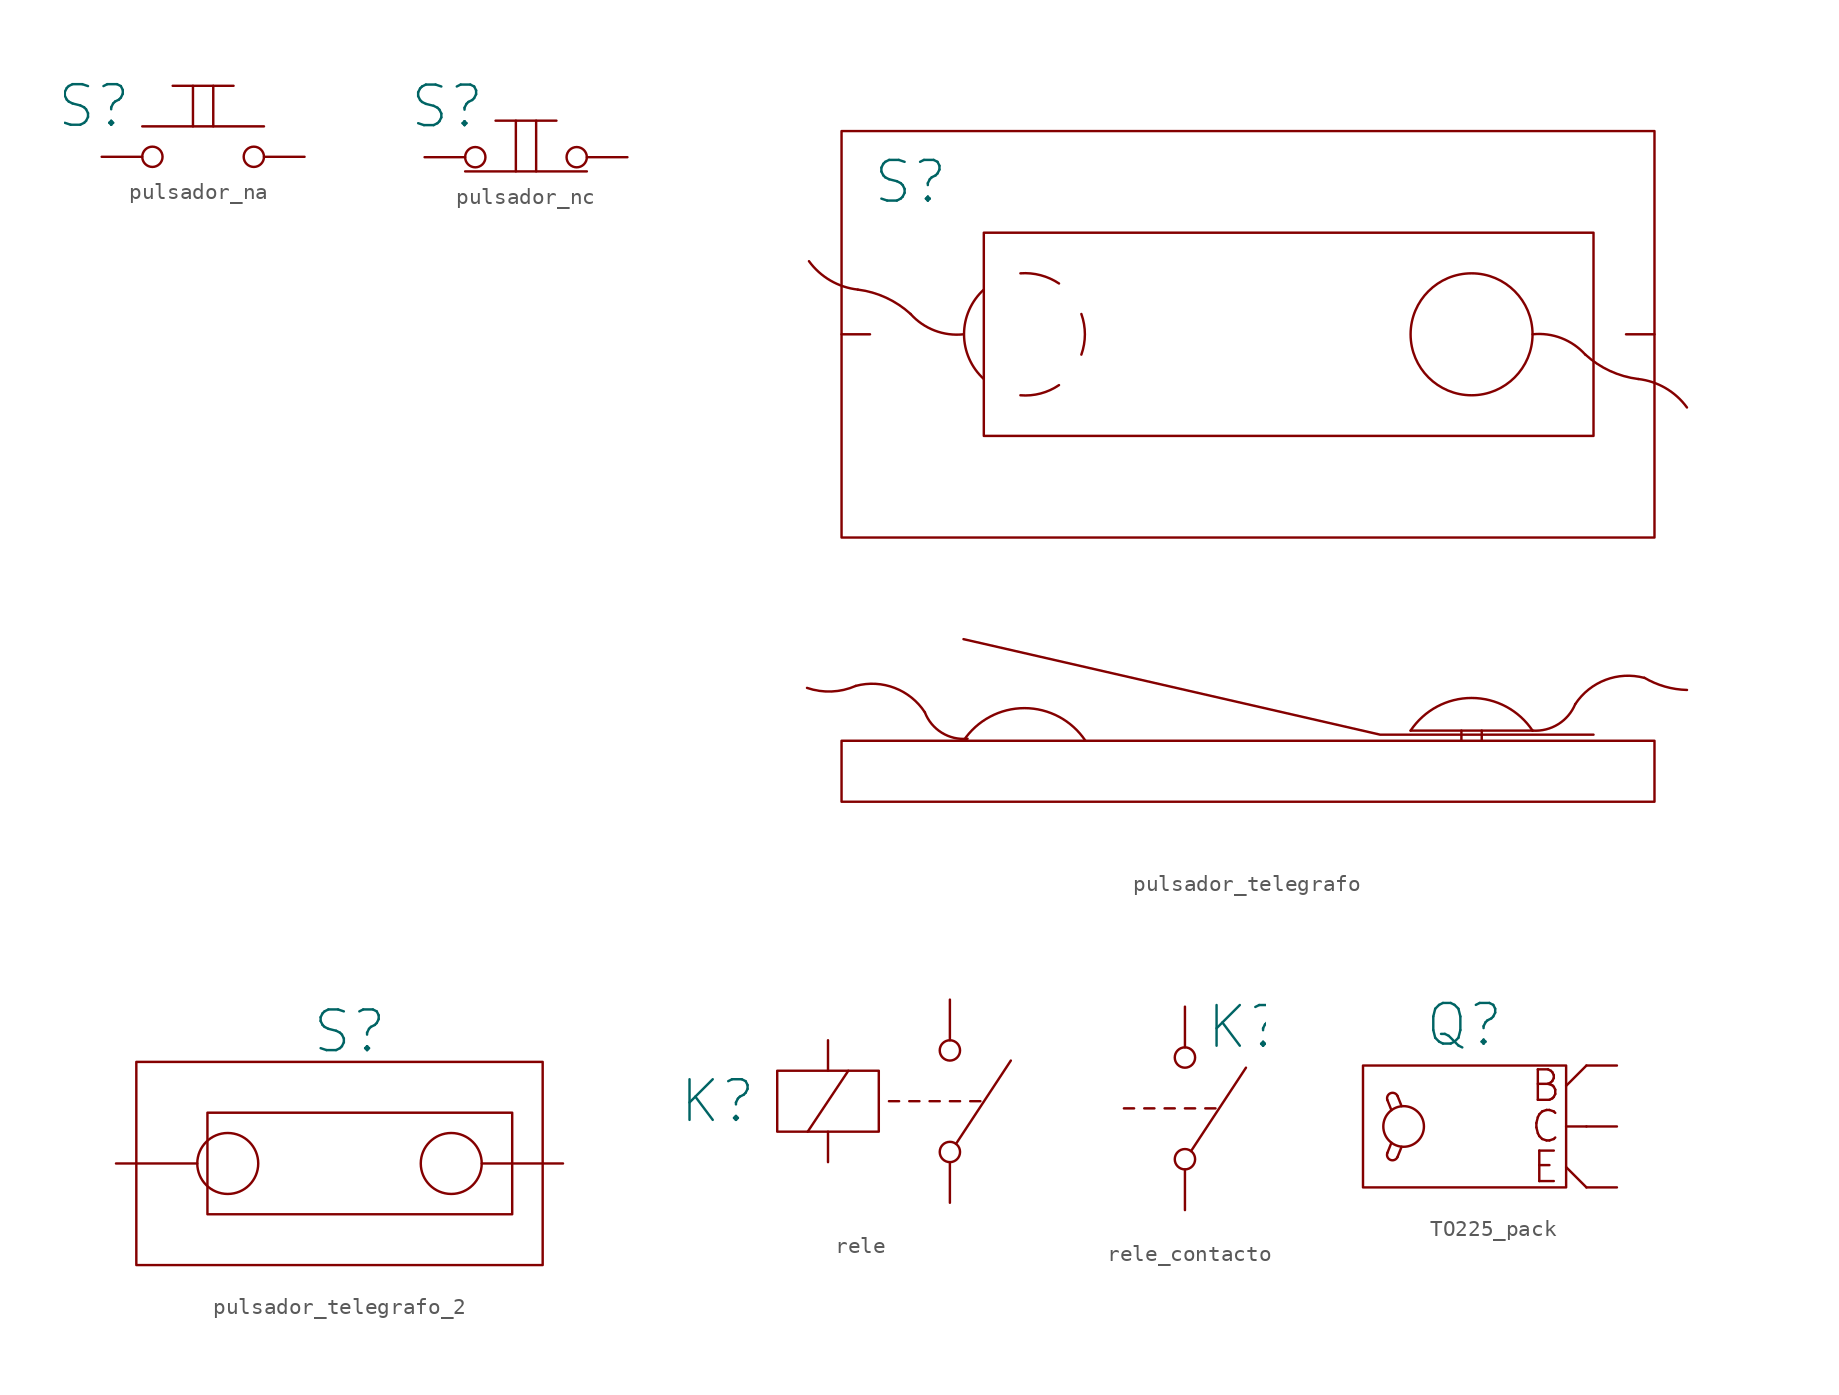
<source format=kicad_sym>
(kicad_symbol_lib
  (version 20211014)
  (generator kicad_symbol_editor)
  (symbol "pulsador_na"
    (pin_names
      (offset 1.016))
    (property "Reference" "S"
      (at 1.905 3.175 0)
      (effects (font (size 2.54 2.54)) (justify right)))
    (symbol "pulsador_na_0_0"
      (polyline (pts (xy 2.54 1.905) (xy 10.16 1.905)) (stroke (width 0) (type default) (color 0 0 0 0)) (fill (type none)))
      (polyline (pts (xy 4.445 4.445) (xy 8.255 4.445)) (stroke (width 0) (type default) (color 0 0 0 0)) (fill (type none)))
      (polyline (pts (xy 5.715 1.905) (xy 5.715 4.445)) (stroke (width 0) (type default) (color 0 0 0 0)) (fill (type none)))
      (polyline (pts (xy 6.985 4.445) (xy 6.985 1.905)) (stroke (width 0) (type default) (color 0 0 0 0)) (fill (type none)))
      (circle (center 3.175 0) (radius 0.635) (stroke (width 0) (type default) (color 0 0 0 0)) (fill (type none)))
      (circle (center 9.525 0) (radius 0.635) (stroke (width 0) (type default) (color 0 0 0 0)) (fill (type none))))
    (symbol "pulsador_na_1_1"
      (pin input line (at 0 0 0) (length 2.54) (name "~" (effects (font (size 1.27 1.27)))) (number "~" (effects (font (size 1.143 1.143)))))
      (pin input line (at 12.7 0 180) (length 2.54) (name "~" (effects (font (size 1.27 1.27)))) (number "~" (effects (font (size 1.143 1.143)))))))
  (symbol "pulsador_nc"
    (pin_names
      (offset 1.016))
    (property "Reference" "S"
      (at 3.81 3.175 0)
      (effects (font (size 2.54 2.54)) (justify right)))
    (symbol "pulsador_nc_0_0"
      (polyline (pts (xy 2.54 -0.889) (xy 10.16 -0.889)) (stroke (width 0) (type default) (color 0 0 0 0)) (fill (type none)))
      (polyline (pts (xy 4.445 2.286) (xy 8.255 2.286)) (stroke (width 0) (type default) (color 0 0 0 0)) (fill (type none)))
      (polyline (pts (xy 5.715 -0.889) (xy 5.715 2.286)) (stroke (width 0) (type default) (color 0 0 0 0)) (fill (type none)))
      (polyline (pts (xy 6.985 -0.889) (xy 6.985 2.286)) (stroke (width 0) (type default) (color 0 0 0 0)) (fill (type none)))
      (circle (center 3.175 0) (radius 0.635) (stroke (width 0) (type default) (color 0 0 0 0)) (fill (type none)))
      (circle (center 9.525 0) (radius 0.635) (stroke (width 0) (type default) (color 0 0 0 0)) (fill (type none))))
    (symbol "pulsador_nc_1_1"
      (pin input line (at 0 0 0) (length 2.54) (name "~" (effects (font (size 1.27 1.27)))) (number "~" (effects (font (size 1.143 1.143)))))
      (pin input line (at 12.7 0 180) (length 2.54) (name "~" (effects (font (size 1.27 1.27)))) (number "~" (effects (font (size 1.143 1.143)))))))
  (symbol "pulsador_telegrafo"
    (pin_names
      (offset 1.016))
    (property "Reference" "S"
      (at 1.905 9.525 0)
      (effects (font (size 2.54 2.54)) (justify left)))
    (symbol "pulsador_telegrafo_0_1"
      (arc (start -2.159 -22.098) (mid -0.6222 -22.3214) (end 0.889 -21.971) (stroke (width 0) (type default) (color 0 0 0 0)) (fill (type none)))
      (arc (start -2.032 4.572) (mid -0.6938 3.3613) (end 1.016 2.794) (stroke (width 0) (type default) (color 0 0 0 0)) (fill (type none)))
      (rectangle (start 0 -25.4) (end 50.8 -29.21) (stroke (width 0) (type default) (color 0 0 0 0)) (fill (type none)))
      (rectangle (start 0 -12.7) (end 50.8 12.7) (stroke (width 0) (type default) (color 0 0 0 0)) (fill (type none)))
      (polyline (pts (xy 35.56 -24.765) (xy 43.18 -24.765)) (stroke (width 0) (type default) (color 0 0 0 0)) (fill (type none)))
      (polyline (pts (xy 38.735 -24.765) (xy 38.735 -25.4)) (stroke (width 0) (type default) (color 0 0 0 0)) (fill (type none)))
      (polyline (pts (xy 40.005 -24.765) (xy 40.005 -25.4)) (stroke (width 0) (type default) (color 0 0 0 0)) (fill (type none)))
      (polyline (pts (xy 46.99 -25.019) (xy 33.655 -25.019) (xy 7.62 -19.05)) (stroke (width 0) (type default) (color 0 0 0 0)) (fill (type none)))
      (arc (start 4.318 1.27) (mid 2.7858 2.2873) (end 1.016 2.794) (stroke (width 0) (type default) (color 0 0 0 0)) (fill (type none)))
      (arc (start 4.318 1.27) (mid 5.8179 0.2354) (end 7.62 0) (stroke (width 0) (type default) (color 0 0 0 0)) (fill (type none)))
      (arc (start 5.207 -23.622) (mid 3.3153 -22.0965) (end 0.889 -21.971) (stroke (width 0) (type default) (color 0 0 0 0)) (fill (type none)))
      (arc (start 5.207 -23.622) (mid 6.2653 -24.8988) (end 7.874 -25.273) (stroke (width 0) (type default) (color 0 0 0 0)) (fill (type none)))
      (arc (start 8.89 2.794) (mid 7.654 0) (end 8.89 -2.794) (stroke (width 0) (type default) (color 0 0 0 0)) (fill (type none)))
      (rectangle (start 8.89 6.35) (end 46.99 -6.35) (stroke (width 0) (type default) (color 0 0 0 0)) (fill (type none)))
      (arc (start 11.176 -3.81) (mid 12.4376 -3.6997) (end 13.589 -3.175) (stroke (width 0) (type default) (color 0 0 0 0)) (fill (type none)))
      (arc (start 13.589 3.175) (mid 12.4359 3.6931) (end 11.176 3.81) (stroke (width 0) (type default) (color 0 0 0 0)) (fill (type none)))
      (arc (start 14.986 -1.27) (mid 15.206 0) (end 14.986 1.27) (stroke (width 0) (type default) (color 0 0 0 0)) (fill (type none)))
      (arc (start 15.24 -25.4) (mid 11.43 -23.3609) (end 7.62 -25.4) (stroke (width 0) (type default) (color 0 0 0 0)) (fill (type none)))
      (circle (center 39.37 0) (radius 3.81) (stroke (width 0) (type default) (color 0 0 0 0)) (fill (type none)))
      (arc (start 43.18 -24.765) (mid 39.37 -22.7259) (end 35.56 -24.765) (stroke (width 0) (type default) (color 0 0 0 0)) (fill (type none)))
      (arc (start 43.18 -24.765) (mid 44.777 -24.3721) (end 45.847 -23.114) (stroke (width 0) (type default) (color 0 0 0 0)) (fill (type none)))
      (arc (start 46.482 -1.27) (mid 44.9821 -0.2354) (end 43.18 0) (stroke (width 0) (type default) (color 0 0 0 0)) (fill (type none)))
      (arc (start 46.482 -1.27) (mid 48.0142 -2.2873) (end 49.784 -2.794) (stroke (width 0) (type default) (color 0 0 0 0)) (fill (type none)))
      (arc (start 50.165 -21.463) (mid 47.7394 -21.5904) (end 45.847 -23.114) (stroke (width 0) (type default) (color 0 0 0 0)) (fill (type none)))
      (arc (start 50.165 -21.463) (mid 51.4494 -22.0148) (end 52.832 -22.225) (stroke (width 0) (type default) (color 0 0 0 0)) (fill (type none)))
      (arc (start 52.832 -4.572) (mid 51.4938 -3.3613) (end 49.784 -2.794) (stroke (width 0) (type default) (color 0 0 0 0)) (fill (type none))))
    (symbol "pulsador_telegrafo_1_1"
      (pin input line (at 0 0 0) (length 1.778) (name "~" (effects (font (size 1.27 1.27)))) (number "~" (effects (font (size 1.143 1.143)))))
      (pin input line (at 50.8 0 180) (length 1.778) (name "~" (effects (font (size 1.27 1.27)))) (number "~" (effects (font (size 1.143 1.143)))))))
  (symbol "pulsador_telegrafo_2"
    (pin_names
      (offset 1.016))
    (property "Reference" "S"
      (at 14.605 8.255 0)
      (effects (font (size 2.54 2.54))))
    (symbol "pulsador_telegrafo_2_0_1"
      (rectangle (start 1.27 6.35) (end 26.67 -6.35) (stroke (width 0) (type default) (color 0 0 0 0)) (fill (type none)))
      (rectangle (start 5.715 3.175) (end 24.765 -3.175) (stroke (width 0) (type default) (color 0 0 0 0)) (fill (type none)))
      (circle (center 6.985 0) (radius 1.905) (stroke (width 0) (type default) (color 0 0 0 0)) (fill (type none)))
      (circle (center 20.955 0) (radius 1.905) (stroke (width 0) (type default) (color 0 0 0 0)) (fill (type none))))
    (symbol "pulsador_telegrafo_2_1_1"
      (pin input line (at 0 0 0) (length 5.08) (name "~" (effects (font (size 1.27 1.27)))) (number "~" (effects (font (size 1.143 1.143)))))
      (pin input line (at 27.94 0 180) (length 5.08) (name "~" (effects (font (size 1.27 1.27)))) (number "~" (effects (font (size 1.143 1.143)))))))
  (symbol "rele"
    (pin_names
      (offset 1.016))
    (property "Reference" "K"
      (at -4.445 -3.81 0)
      (effects (font (size 2.54 2.54)) (justify right)))
    (symbol "rele_0_0"
      (rectangle (start -3.175 -1.905) (end 3.175 -5.715) (stroke (width 0) (type default) (color 0 0 0 0)) (fill (type none)))
      (polyline (pts (xy 1.27 -1.905) (xy -1.27 -5.715)) (stroke (width 0) (type default) (color 0 0 0 0)) (fill (type none)))
      (polyline (pts (xy 3.81 -3.81) (xy 4.445 -3.81)) (stroke (width 0) (type default) (color 0 0 0 0)) (fill (type none)))
      (polyline (pts (xy 5.08 -3.81) (xy 5.715 -3.81)) (stroke (width 0) (type default) (color 0 0 0 0)) (fill (type none)))
      (polyline (pts (xy 6.35 -3.81) (xy 6.985 -3.81)) (stroke (width 0) (type default) (color 0 0 0 0)) (fill (type none)))
      (polyline (pts (xy 7.62 -3.81) (xy 8.255 -3.81)) (stroke (width 0) (type default) (color 0 0 0 0)) (fill (type none)))
      (polyline (pts (xy 8.89 -3.81) (xy 9.525 -3.81)) (stroke (width 0) (type default) (color 0 0 0 0)) (fill (type none))))
    (symbol "rele_1_0"
      (polyline (pts (xy 11.43 -1.27) (xy 8.001 -6.477)) (stroke (width 0) (type default) (color 0 0 0 0)) (fill (type none)))
      (circle (center 7.62 -6.985) (radius 0.635) (stroke (width 0) (type default) (color 0 0 0 0)) (fill (type none)))
      (circle (center 7.62 -0.635) (radius 0.635) (stroke (width 0) (type default) (color 0 0 0 0)) (fill (type none))))
    (symbol "rele_1_1"
      (pin input line (at 0 -7.62 90) (length 1.905) (name "~" (effects (font (size 1.27 1.27)))) (number "~" (effects (font (size 1.143 1.143)))))
      (pin input line (at 0 0 270) (length 1.905) (name "~" (effects (font (size 1.27 1.27)))) (number "~" (effects (font (size 1.143 1.143)))))
      (pin input line (at 7.62 -10.16 90) (length 2.54) (name "~" (effects (font (size 1.27 1.27)))) (number "~" (effects (font (size 1.143 1.143)))))
      (pin input line (at 7.62 2.54 270) (length 2.54) (name "~" (effects (font (size 1.27 1.27)))) (number "~" (effects (font (size 1.143 1.143)))))))
  (symbol "rele_contacto"
    (pin_names
      (offset 1.016))
    (property "Reference" "K"
      (at 1.27 -1.27 0)
      (effects (font (size 2.54 2.54)) (justify left)))
    (symbol "rele_contacto_0_0"
      (polyline (pts (xy -3.81 -6.35) (xy -3.175 -6.35)) (stroke (width 0) (type default) (color 0 0 0 0)) (fill (type none)))
      (polyline (pts (xy -2.54 -6.35) (xy -1.905 -6.35)) (stroke (width 0) (type default) (color 0 0 0 0)) (fill (type none)))
      (polyline (pts (xy -1.27 -6.35) (xy -0.635 -6.35)) (stroke (width 0) (type default) (color 0 0 0 0)) (fill (type none)))
      (polyline (pts (xy 0 -6.35) (xy 0.635 -6.35)) (stroke (width 0) (type default) (color 0 0 0 0)) (fill (type none)))
      (polyline (pts (xy 1.27 -6.35) (xy 1.905 -6.35)) (stroke (width 0) (type default) (color 0 0 0 0)) (fill (type none))))
    (symbol "rele_contacto_1_0"
      (circle (center 0 -9.525) (radius 0.635) (stroke (width 0) (type default) (color 0 0 0 0)) (fill (type none)))
      (circle (center 0 -3.175) (radius 0.635) (stroke (width 0) (type default) (color 0 0 0 0)) (fill (type none)))
      (polyline (pts (xy 3.81 -3.81) (xy 0.381 -9.017)) (stroke (width 0) (type default) (color 0 0 0 0)) (fill (type none))))
    (symbol "rele_contacto_1_1"
      (pin input line (at 0 -12.7 90) (length 2.54) (name "~" (effects (font (size 1.27 1.27)))) (number "~" (effects (font (size 1.143 1.143)))))
      (pin input line (at 0 0 270) (length 2.54) (name "~" (effects (font (size 1.27 1.27)))) (number "~" (effects (font (size 1.143 1.143)))))))
  (symbol "TO225_pack"
    (pin_names
      (offset 1.016))
    (property "Reference" "Q"
      (at -12.065 6.35 0)
      (effects (font (size 2.54 2.54)) (justify left)))
    (symbol "TO225_pack_0_0"
      (rectangle (start -15.875 -3.81) (end -3.175 3.81) (stroke (width 0) (type default) (color 0 0 0 0)) (fill (type none)))
      (arc (start -14.351 -1.651) (mid -14.1523 -2.1064) (end -13.716 -1.905) (stroke (width 0) (type default) (color 0 0 0 0)) (fill (type none)))
      (arc (start -13.716 1.905) (mid -14.1436 2.0845) (end -14.351 1.651) (stroke (width 0) (type default) (color 0 0 0 0)) (fill (type none)))
      (circle (center -13.335 0) (radius 1.27) (stroke (width 0) (type default) (color 0 0 0 0)) (fill (type none)))
      (polyline (pts (xy -14.097 -1.016) (xy -14.351 -1.651)) (stroke (width 0) (type default) (color 0 0 0 0)) (fill (type none)))
      (polyline (pts (xy -14.097 1.016) (xy -14.351 1.651)) (stroke (width 0) (type default) (color 0 0 0 0)) (fill (type none)))
      (polyline (pts (xy -13.462 -1.27) (xy -13.716 -1.905)) (stroke (width 0) (type default) (color 0 0 0 0)) (fill (type none)))
      (polyline (pts (xy -13.462 1.27) (xy -13.716 1.905)) (stroke (width 0) (type default) (color 0 0 0 0)) (fill (type none)))
      (polyline (pts (xy -1.905 -3.81) (xy -3.175 -2.54)) (stroke (width 0) (type default) (color 0 0 0 0)) (fill (type none)))
      (polyline (pts (xy -1.905 0) (xy -3.175 0)) (stroke (width 0) (type default) (color 0 0 0 0)) (fill (type none)))
      (polyline (pts (xy -1.905 3.81) (xy -3.175 2.54)) (stroke (width 0) (type default) (color 0 0 0 0)) (fill (type none)))
      (text "B" (at -4.445 2.54 0) (effects (font (size 1.905 1.905))))
      (text "C" (at -4.445 0 0) (effects (font (size 1.905 1.905))))
      (text "E" (at -4.445 -2.54 0) (effects (font (size 1.905 1.905)))))
    (symbol "TO225_pack_1_1"
      (pin input line (at 0 -3.81 180) (length 1.905) (name "~" (effects (font (size 1.27 1.27)))) (number "~" (effects (font (size 1.143 1.143)))))
      (pin input line (at 0 0 180) (length 1.905) (name "~" (effects (font (size 1.27 1.27)))) (number "~" (effects (font (size 1.143 1.143)))))
      (pin input line (at 0 3.81 180) (length 1.905) (name "~" (effects (font (size 1.27 1.27)))) (number "~" (effects (font (size 1.143 1.143))))))))
</source>
